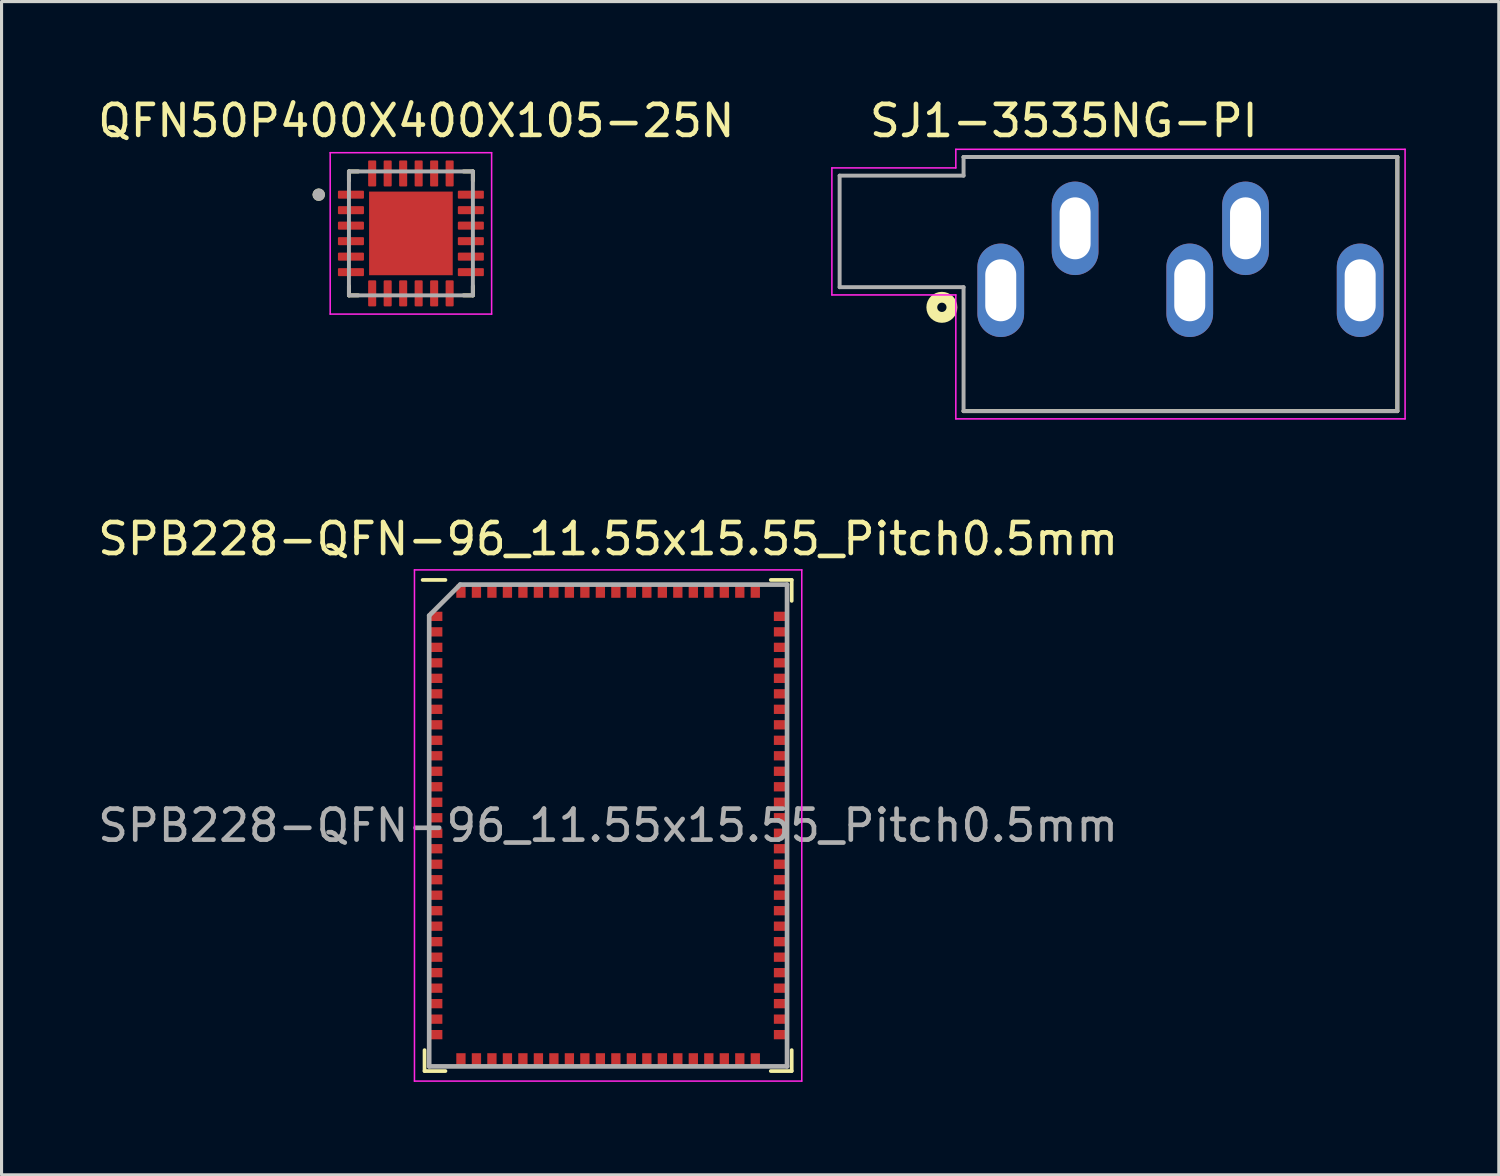
<source format=kicad_pcb>
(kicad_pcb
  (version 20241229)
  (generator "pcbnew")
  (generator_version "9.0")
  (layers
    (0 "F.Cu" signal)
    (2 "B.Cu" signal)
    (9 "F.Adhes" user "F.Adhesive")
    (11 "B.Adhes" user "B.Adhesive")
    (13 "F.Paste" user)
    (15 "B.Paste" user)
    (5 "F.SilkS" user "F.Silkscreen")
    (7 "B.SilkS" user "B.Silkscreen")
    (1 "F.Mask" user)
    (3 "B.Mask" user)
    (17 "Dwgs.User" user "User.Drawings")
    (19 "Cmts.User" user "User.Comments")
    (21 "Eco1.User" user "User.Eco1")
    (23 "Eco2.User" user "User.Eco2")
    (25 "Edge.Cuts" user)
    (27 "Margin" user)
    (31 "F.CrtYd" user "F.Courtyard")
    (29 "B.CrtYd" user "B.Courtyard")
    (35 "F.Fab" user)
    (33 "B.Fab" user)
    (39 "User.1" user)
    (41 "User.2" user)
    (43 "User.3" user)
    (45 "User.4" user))
  (footprint "SJ1-3535NG-PI"
    (layer "F.Cu")
    (at 29.249 6.319)
    (property "Reference" "SJ1-3535NG-PI" (at 2.035 -5.47 0) (layer "F.SilkS") (effects (font (size 1.002 1.002) (thickness 0.15))))
    (attr through_hole)
    (fp_line (start -1.2 -4.3) (end 12.8 -4.3) (stroke (width 0.127) (type solid)) (layer "F.SilkS"))
    (fp_line (start 12.8 -4.3) (end 12.8 3.9) (stroke (width 0.127) (type solid)) (layer "F.SilkS"))
    (fp_line (start 12.8 3.9) (end -1.2 3.9) (stroke (width 0.127) (type solid)) (layer "F.SilkS"))
    (fp_circle (center -1.9 0.55) (end -1.75 0.55) (stroke (width 0.35) (type solid)) (fill no) (layer "F.SilkS"))
    (fp_line (start -5.45 -3.95) (end -1.45 -3.95) (stroke (width 0.05) (type solid)) (layer "F.CrtYd"))
    (fp_line (start -5.45 0.15) (end -5.45 -3.95) (stroke (width 0.05) (type solid)) (layer "F.CrtYd"))
    (fp_line (start -1.45 -4.55) (end 13.05 -4.55) (stroke (width 0.05) (type solid)) (layer "F.CrtYd"))
    (fp_line (start -1.45 -3.95) (end -1.45 -4.55) (stroke (width 0.05) (type solid)) (layer "F.CrtYd"))
    (fp_line (start -1.45 0.15) (end -5.45 0.15) (stroke (width 0.05) (type solid)) (layer "F.CrtYd"))
    (fp_line (start -1.45 4.15) (end -1.45 0.15) (stroke (width 0.05) (type solid)) (layer "F.CrtYd"))
    (fp_line (start 13.05 -4.55) (end 13.05 4.15) (stroke (width 0.05) (type solid)) (layer "F.CrtYd"))
    (fp_line (start 13.05 4.15) (end -1.45 4.15) (stroke (width 0.05) (type solid)) (layer "F.CrtYd"))
    (fp_line (start -5.2 -3.7) (end -1.2 -3.7) (stroke (width 0.127) (type solid)) (layer "F.Fab"))
    (fp_line (start -5.2 -0.1) (end -5.2 -3.7) (stroke (width 0.127) (type solid)) (layer "F.Fab"))
    (fp_line (start -1.2 -4.3) (end 12.8 -4.3) (stroke (width 0.127) (type solid)) (layer "F.Fab"))
    (fp_line (start -1.2 -3.7) (end -1.2 -4.3) (stroke (width 0.127) (type solid)) (layer "F.Fab"))
    (fp_line (start -1.2 -0.1) (end -5.2 -0.1) (stroke (width 0.127) (type solid)) (layer "F.Fab"))
    (fp_line (start -1.2 3.9) (end -1.2 -0.1) (stroke (width 0.127) (type solid)) (layer "F.Fab"))
    (fp_line (start 12.8 -4.3) (end 12.8 3.9) (stroke (width 0.127) (type solid)) (layer "F.Fab"))
    (fp_line (start 12.8 3.9) (end -1.2 3.9) (stroke (width 0.127) (type solid)) (layer "F.Fab"))
    (pad "1" thru_hole oval (at 0 0) (size 1.508 3.016) (drill oval 1 2) (layers "*.Cu" "*.Mask"))
    (pad "2" thru_hole oval (at 2.4 -2) (size 1.508 3.016) (drill oval 1 2) (layers "*.Cu" "*.Mask"))
    (pad "3" thru_hole oval (at 7.9 -2) (size 1.508 3.016) (drill oval 1 2) (layers "*.Cu" "*.Mask"))
    (pad "4" thru_hole oval (at 11.6 0) (size 1.508 3.016) (drill oval 1 2) (layers "*.Cu" "*.Mask"))
    (pad "5" thru_hole oval (at 6.1 0) (size 1.508 3.016) (drill oval 1 2) (layers "*.Cu" "*.Mask")))
  (footprint "SPB228-QFN-96_11.55x15.55_Pitch0.5mm"
    (layer "F.Cu")
    (at 16.577 23.593)
    (property "Reference" "SPB228-QFN-96_11.55x15.55_Pitch0.5mm" (at 0 -9.25 0) (layer "F.SilkS") (effects (font (size 1 1) (thickness 0.15))))
    (attr smd)
    (fp_line (start -5.925 7.925) (end -5.925 7.25) (stroke (width 0.12) (type default)) (layer "F.SilkS"))
    (fp_line (start -5.25 -7.925) (end -5.987 -7.925) (stroke (width 0.12) (type default)) (layer "F.SilkS"))
    (fp_line (start -5.25 7.925) (end -5.925 7.925) (stroke (width 0.12) (type default)) (layer "F.SilkS"))
    (fp_line (start 5.25 -7.925) (end 5.925 -7.925) (stroke (width 0.12) (type default)) (layer "F.SilkS"))
    (fp_line (start 5.25 7.925) (end 5.925 7.925) (stroke (width 0.12) (type default)) (layer "F.SilkS"))
    (fp_line (start 5.925 -7.925) (end 5.925 -7.25) (stroke (width 0.12) (type default)) (layer "F.SilkS"))
    (fp_line (start 5.925 7.925) (end 5.925 7.25) (stroke (width 0.12) (type default)) (layer "F.SilkS"))
    (fp_line (start -6.25 -8.25) (end 6.25 -8.25) (stroke (width 0.05) (type default)) (layer "F.CrtYd"))
    (fp_line (start -6.25 8.25) (end -6.25 -8.25) (stroke (width 0.05) (type default)) (layer "F.CrtYd"))
    (fp_line (start 6.25 -8.25) (end 6.25 8.25) (stroke (width 0.05) (type default)) (layer "F.CrtYd"))
    (fp_line (start 6.25 8.25) (end -6.25 8.25) (stroke (width 0.05) (type default)) (layer "F.CrtYd"))
    (fp_line (start -5.775 -6.775) (end -5.775 7.775) (stroke (width 0.15) (type default)) (layer "F.Fab"))
    (fp_line (start -5.775 7.775) (end 5.775 7.775) (stroke (width 0.15) (type default)) (layer "F.Fab"))
    (fp_line (start -4.775 -7.775) (end -5.775 -6.775) (stroke (width 0.15) (type default)) (layer "F.Fab"))
    (fp_line (start 5.775 -7.775) (end -4.775 -7.775) (stroke (width 0.15) (type default)) (layer "F.Fab"))
    (fp_line (start 5.775 7.775) (end 5.775 -7.775) (stroke (width 0.15) (type default)) (layer "F.Fab"))
    (fp_text user "${REFERENCE}" (at 0 0 0) (layer "F.Fab") (effects (font (size 1 1) (thickness 0.15))))
    (pad "1" smd rect (at -5.562 -6.75 90) (size 0.3 0.425) (layers "F.Cu" "F.Mask" "F.Paste"))
    (pad "2" smd rect (at -5.562 -6.25 90) (size 0.3 0.425) (layers "F.Cu" "F.Mask" "F.Paste"))
    (pad "3" smd rect (at -5.562 -5.75 90) (size 0.3 0.425) (layers "F.Cu" "F.Mask" "F.Paste"))
    (pad "4" smd rect (at -5.562 -5.25 90) (size 0.3 0.425) (layers "F.Cu" "F.Mask" "F.Paste"))
    (pad "5" smd rect (at -5.562 -4.75 90) (size 0.3 0.425) (layers "F.Cu" "F.Mask" "F.Paste"))
    (pad "6" smd rect (at -5.562 -4.25 90) (size 0.3 0.425) (layers "F.Cu" "F.Mask" "F.Paste"))
    (pad "7" smd rect (at -5.562 -3.75 90) (size 0.3 0.425) (layers "F.Cu" "F.Mask" "F.Paste"))
    (pad "8" smd rect (at -5.562 -3.25 90) (size 0.3 0.425) (layers "F.Cu" "F.Mask" "F.Paste"))
    (pad "9" smd rect (at -5.562 -2.75 90) (size 0.3 0.425) (layers "F.Cu" "F.Mask" "F.Paste"))
    (pad "10" smd rect (at -5.562 -2.25 90) (size 0.3 0.425) (layers "F.Cu" "F.Mask" "F.Paste"))
    (pad "11" smd rect (at -5.562 -1.75 90) (size 0.3 0.425) (layers "F.Cu" "F.Mask" "F.Paste"))
    (pad "12" smd rect (at -5.562 -1.25 90) (size 0.3 0.425) (layers "F.Cu" "F.Mask" "F.Paste"))
    (pad "13" smd rect (at -5.562 -0.75 90) (size 0.3 0.425) (layers "F.Cu" "F.Mask" "F.Paste"))
    (pad "14" smd rect (at -5.562 -0.25 90) (size 0.3 0.425) (layers "F.Cu" "F.Mask" "F.Paste"))
    (pad "15" smd rect (at -5.562 0.25 90) (size 0.3 0.425) (layers "F.Cu" "F.Mask" "F.Paste"))
    (pad "16" smd rect (at -5.562 0.75 90) (size 0.3 0.425) (layers "F.Cu" "F.Mask" "F.Paste"))
    (pad "17" smd rect (at -5.562 1.25 90) (size 0.3 0.425) (layers "F.Cu" "F.Mask" "F.Paste"))
    (pad "18" smd rect (at -5.562 1.75 90) (size 0.3 0.425) (layers "F.Cu" "F.Mask" "F.Paste"))
    (pad "19" smd rect (at -5.562 2.25 90) (size 0.3 0.425) (layers "F.Cu" "F.Mask" "F.Paste"))
    (pad "20" smd rect (at -5.562 2.75 90) (size 0.3 0.425) (layers "F.Cu" "F.Mask" "F.Paste"))
    (pad "21" smd rect (at -5.562 3.25 90) (size 0.3 0.425) (layers "F.Cu" "F.Mask" "F.Paste"))
    (pad "22" smd rect (at -5.562 3.75 90) (size 0.3 0.425) (layers "F.Cu" "F.Mask" "F.Paste"))
    (pad "23" smd rect (at -5.562 4.25 90) (size 0.3 0.425) (layers "F.Cu" "F.Mask" "F.Paste"))
    (pad "24" smd rect (at -5.562 4.75 90) (size 0.3 0.425) (layers "F.Cu" "F.Mask" "F.Paste"))
    (pad "25" smd rect (at -5.562 5.25 90) (size 0.3 0.425) (layers "F.Cu" "F.Mask" "F.Paste"))
    (pad "26" smd rect (at -5.562 5.75 90) (size 0.3 0.425) (layers "F.Cu" "F.Mask" "F.Paste"))
    (pad "27" smd rect (at -5.562 6.25 90) (size 0.3 0.425) (layers "F.Cu" "F.Mask" "F.Paste"))
    (pad "28" smd rect (at -5.562 6.75 90) (size 0.3 0.425) (layers "F.Cu" "F.Mask" "F.Paste"))
    (pad "29" smd rect (at -4.75 7.562) (size 0.3 0.425) (layers "F.Cu" "F.Mask" "F.Paste"))
    (pad "30" smd rect (at -4.25 7.562) (size 0.3 0.425) (layers "F.Cu" "F.Mask" "F.Paste"))
    (pad "31" smd rect (at -3.75 7.562) (size 0.3 0.425) (layers "F.Cu" "F.Mask" "F.Paste"))
    (pad "32" smd rect (at -3.25 7.562) (size 0.3 0.425) (layers "F.Cu" "F.Mask" "F.Paste"))
    (pad "33" smd rect (at -2.75 7.562) (size 0.3 0.425) (layers "F.Cu" "F.Mask" "F.Paste"))
    (pad "34" smd rect (at -2.25 7.562) (size 0.3 0.425) (layers "F.Cu" "F.Mask" "F.Paste"))
    (pad "35" smd rect (at -1.75 7.562) (size 0.3 0.425) (layers "F.Cu" "F.Mask" "F.Paste"))
    (pad "36" smd rect (at -1.25 7.562) (size 0.3 0.425) (layers "F.Cu" "F.Mask" "F.Paste"))
    (pad "37" smd rect (at -0.75 7.562) (size 0.3 0.425) (layers "F.Cu" "F.Mask" "F.Paste"))
    (pad "38" smd rect (at -0.25 7.562) (size 0.3 0.425) (layers "F.Cu" "F.Mask" "F.Paste"))
    (pad "39" smd rect (at 0.25 7.562) (size 0.3 0.425) (layers "F.Cu" "F.Mask" "F.Paste"))
    (pad "40" smd rect (at 0.75 7.562) (size 0.3 0.425) (layers "F.Cu" "F.Mask" "F.Paste"))
    (pad "41" smd rect (at 1.25 7.562) (size 0.3 0.425) (layers "F.Cu" "F.Mask" "F.Paste"))
    (pad "42" smd rect (at 1.75 7.562) (size 0.3 0.425) (layers "F.Cu" "F.Mask" "F.Paste"))
    (pad "43" smd rect (at 2.25 7.562) (size 0.3 0.425) (layers "F.Cu" "F.Mask" "F.Paste"))
    (pad "44" smd rect (at 2.75 7.562) (size 0.3 0.425) (layers "F.Cu" "F.Mask" "F.Paste"))
    (pad "45" smd rect (at 3.25 7.562) (size 0.3 0.425) (layers "F.Cu" "F.Mask" "F.Paste"))
    (pad "46" smd rect (at 3.75 7.562) (size 0.3 0.425) (layers "F.Cu" "F.Mask" "F.Paste"))
    (pad "47" smd rect (at 4.25 7.562) (size 0.3 0.425) (layers "F.Cu" "F.Mask" "F.Paste"))
    (pad "48" smd rect (at 4.75 7.562) (size 0.3 0.425) (layers "F.Cu" "F.Mask" "F.Paste"))
    (pad "49" smd rect (at 5.562 6.75 90) (size 0.3 0.425) (layers "F.Cu" "F.Mask" "F.Paste"))
    (pad "50" smd rect (at 5.562 6.25 90) (size 0.3 0.425) (layers "F.Cu" "F.Mask" "F.Paste"))
    (pad "51" smd rect (at 5.562 5.75 90) (size 0.3 0.425) (layers "F.Cu" "F.Mask" "F.Paste"))
    (pad "52" smd rect (at 5.562 5.25 90) (size 0.3 0.425) (layers "F.Cu" "F.Mask" "F.Paste"))
    (pad "53" smd rect (at 5.562 4.75 90) (size 0.3 0.425) (layers "F.Cu" "F.Mask" "F.Paste"))
    (pad "54" smd rect (at 5.562 4.25 90) (size 0.3 0.425) (layers "F.Cu" "F.Mask" "F.Paste"))
    (pad "55" smd rect (at 5.562 3.75 90) (size 0.3 0.425) (layers "F.Cu" "F.Mask" "F.Paste"))
    (pad "56" smd rect (at 5.562 3.25 90) (size 0.3 0.425) (layers "F.Cu" "F.Mask" "F.Paste"))
    (pad "57" smd rect (at 5.562 2.75 90) (size 0.3 0.425) (layers "F.Cu" "F.Mask" "F.Paste"))
    (pad "58" smd rect (at 5.562 2.25 90) (size 0.3 0.425) (layers "F.Cu" "F.Mask" "F.Paste"))
    (pad "59" smd rect (at 5.562 1.75 90) (size 0.3 0.425) (layers "F.Cu" "F.Mask" "F.Paste"))
    (pad "60" smd rect (at 5.562 1.25 90) (size 0.3 0.425) (layers "F.Cu" "F.Mask" "F.Paste"))
    (pad "61" smd rect (at 5.562 0.75 90) (size 0.3 0.425) (layers "F.Cu" "F.Mask" "F.Paste"))
    (pad "62" smd rect (at 5.562 0.25 90) (size 0.3 0.425) (layers "F.Cu" "F.Mask" "F.Paste"))
    (pad "63" smd rect (at 5.562 -0.25 90) (size 0.3 0.425) (layers "F.Cu" "F.Mask" "F.Paste"))
    (pad "64" smd rect (at 5.562 -0.75 90) (size 0.3 0.425) (layers "F.Cu" "F.Mask" "F.Paste"))
    (pad "65" smd rect (at 5.562 -1.25 90) (size 0.3 0.425) (layers "F.Cu" "F.Mask" "F.Paste"))
    (pad "66" smd rect (at 5.562 -1.75 90) (size 0.3 0.425) (layers "F.Cu" "F.Mask" "F.Paste"))
    (pad "67" smd rect (at 5.562 -2.25 90) (size 0.3 0.425) (layers "F.Cu" "F.Mask" "F.Paste"))
    (pad "68" smd rect (at 5.562 -2.75 90) (size 0.3 0.425) (layers "F.Cu" "F.Mask" "F.Paste"))
    (pad "69" smd rect (at 5.562 -3.25 90) (size 0.3 0.425) (layers "F.Cu" "F.Mask" "F.Paste"))
    (pad "70" smd rect (at 5.562 -3.75 90) (size 0.3 0.425) (layers "F.Cu" "F.Mask" "F.Paste"))
    (pad "71" smd rect (at 5.562 -4.25 90) (size 0.3 0.425) (layers "F.Cu" "F.Mask" "F.Paste"))
    (pad "72" smd rect (at 5.562 -4.75 90) (size 0.3 0.425) (layers "F.Cu" "F.Mask" "F.Paste"))
    (pad "73" smd rect (at 5.562 -5.25 90) (size 0.3 0.425) (layers "F.Cu" "F.Mask" "F.Paste"))
    (pad "74" smd rect (at 5.562 -5.75 90) (size 0.3 0.425) (layers "F.Cu" "F.Mask" "F.Paste"))
    (pad "75" smd rect (at 5.562 -6.25 90) (size 0.3 0.425) (layers "F.Cu" "F.Mask" "F.Paste"))
    (pad "76" smd rect (at 5.562 -6.75 90) (size 0.3 0.425) (layers "F.Cu" "F.Mask" "F.Paste"))
    (pad "77" smd rect (at 4.75 -7.562) (size 0.3 0.425) (layers "F.Cu" "F.Mask" "F.Paste"))
    (pad "78" smd rect (at 4.25 -7.562) (size 0.3 0.425) (layers "F.Cu" "F.Mask" "F.Paste"))
    (pad "79" smd rect (at 3.75 -7.562) (size 0.3 0.425) (layers "F.Cu" "F.Mask" "F.Paste"))
    (pad "80" smd rect (at 3.25 -7.562) (size 0.3 0.425) (layers "F.Cu" "F.Mask" "F.Paste"))
    (pad "81" smd rect (at 2.75 -7.562) (size 0.3 0.425) (layers "F.Cu" "F.Mask" "F.Paste"))
    (pad "82" smd rect (at 2.25 -7.562) (size 0.3 0.425) (layers "F.Cu" "F.Mask" "F.Paste"))
    (pad "83" smd rect (at 1.75 -7.562) (size 0.3 0.425) (layers "F.Cu" "F.Mask" "F.Paste"))
    (pad "84" smd rect (at 1.25 -7.562) (size 0.3 0.425) (layers "F.Cu" "F.Mask" "F.Paste"))
    (pad "85" smd rect (at 0.75 -7.562) (size 0.3 0.425) (layers "F.Cu" "F.Mask" "F.Paste"))
    (pad "86" smd rect (at 0.25 -7.562) (size 0.3 0.425) (layers "F.Cu" "F.Mask" "F.Paste"))
    (pad "87" smd rect (at -0.25 -7.562) (size 0.3 0.425) (layers "F.Cu" "F.Mask" "F.Paste"))
    (pad "88" smd rect (at -0.75 -7.562) (size 0.3 0.425) (layers "F.Cu" "F.Mask" "F.Paste"))
    (pad "89" smd rect (at -1.25 -7.562) (size 0.3 0.425) (layers "F.Cu" "F.Mask" "F.Paste"))
    (pad "90" smd rect (at -1.75 -7.562) (size 0.3 0.425) (layers "F.Cu" "F.Mask" "F.Paste"))
    (pad "91" smd rect (at -2.25 -7.562) (size 0.3 0.425) (layers "F.Cu" "F.Mask" "F.Paste"))
    (pad "92" smd rect (at -2.75 -7.562) (size 0.3 0.425) (layers "F.Cu" "F.Mask" "F.Paste"))
    (pad "93" smd rect (at -3.25 -7.562) (size 0.3 0.425) (layers "F.Cu" "F.Mask" "F.Paste"))
    (pad "94" smd rect (at -3.75 -7.562) (size 0.3 0.425) (layers "F.Cu" "F.Mask" "F.Paste"))
    (pad "95" smd rect (at -4.25 -7.562) (size 0.3 0.425) (layers "F.Cu" "F.Mask" "F.Paste"))
    (pad "96" smd rect (at -4.75 -7.562) (size 0.3 0.425) (layers "F.Cu" "F.Mask" "F.Paste")))
  (footprint "QFN50P400X400X105-25N"
    (layer "F.Cu")
    (at 10.212 4.483)
    (property "Reference" "QFN50P400X400X105-25N" (at 0.175 -3.635 0) (layer "F.SilkS") (effects (font (size 1 1) (thickness 0.15))))
    (attr smd)
    (fp_line (start -2 -2) (end -2 -1.7) (stroke (width 0.127) (type solid)) (layer "F.SilkS"))
    (fp_line (start -2 -2) (end -1.7 -2) (stroke (width 0.127) (type solid)) (layer "F.SilkS"))
    (fp_line (start -2 2) (end -2 1.7) (stroke (width 0.127) (type solid)) (layer "F.SilkS"))
    (fp_line (start -2 2) (end -1.7 2) (stroke (width 0.127) (type solid)) (layer "F.SilkS"))
    (fp_line (start 2 -2) (end 1.7 -2) (stroke (width 0.127) (type solid)) (layer "F.SilkS"))
    (fp_line (start 2 -2) (end 2 -1.7) (stroke (width 0.127) (type solid)) (layer "F.SilkS"))
    (fp_line (start 2 2) (end 1.7 2) (stroke (width 0.127) (type solid)) (layer "F.SilkS"))
    (fp_line (start 2 2) (end 2 1.7) (stroke (width 0.127) (type solid)) (layer "F.SilkS"))
    (fp_circle (center -2.975 -1.25) (end -2.875 -1.25) (stroke (width 0.2) (type solid)) (fill no) (layer "F.SilkS"))
    (fp_poly (pts (xy -0.85 -0.85) (xy 0.85 -0.85) (xy 0.85 0.85) (xy -0.85 0.85)) (stroke (width 0.01) (type solid)) (fill yes) (layer "F.Paste"))
    (fp_line (start -2.605 -2.605) (end 2.605 -2.605) (stroke (width 0.05) (type solid)) (layer "F.CrtYd"))
    (fp_line (start -2.605 2.605) (end -2.605 -2.605) (stroke (width 0.05) (type solid)) (layer "F.CrtYd"))
    (fp_line (start -2.605 2.605) (end 2.605 2.605) (stroke (width 0.05) (type solid)) (layer "F.CrtYd"))
    (fp_line (start 2.605 2.605) (end 2.605 -2.605) (stroke (width 0.05) (type solid)) (layer "F.CrtYd"))
    (fp_line (start -2 2) (end -2 -2) (stroke (width 0.127) (type solid)) (layer "F.Fab"))
    (fp_line (start 2 -2) (end -2 -2) (stroke (width 0.127) (type solid)) (layer "F.Fab"))
    (fp_line (start 2 2) (end -2 2) (stroke (width 0.127) (type solid)) (layer "F.Fab"))
    (fp_line (start 2 2) (end 2 -2) (stroke (width 0.127) (type solid)) (layer "F.Fab"))
    (fp_circle (center -2.975 -1.25) (end -2.875 -1.25) (stroke (width 0.2) (type solid)) (fill no) (layer "F.Fab"))
    (pad "1" smd roundrect (at -1.935 -1.25) (size 0.84 0.26) (layers "F.Cu" "F.Mask" "F.Paste") (roundrect_rratio 0.125))
    (pad "2" smd roundrect (at -1.935 -0.75) (size 0.84 0.26) (layers "F.Cu" "F.Mask" "F.Paste") (roundrect_rratio 0.125))
    (pad "3" smd roundrect (at -1.935 -0.25) (size 0.84 0.26) (layers "F.Cu" "F.Mask" "F.Paste") (roundrect_rratio 0.125))
    (pad "4" smd roundrect (at -1.935 0.25) (size 0.84 0.26) (layers "F.Cu" "F.Mask" "F.Paste") (roundrect_rratio 0.125))
    (pad "5" smd roundrect (at -1.935 0.75) (size 0.84 0.26) (layers "F.Cu" "F.Mask" "F.Paste") (roundrect_rratio 0.125))
    (pad "6" smd roundrect (at -1.935 1.25) (size 0.84 0.26) (layers "F.Cu" "F.Mask" "F.Paste") (roundrect_rratio 0.125))
    (pad "7" smd roundrect (at -1.25 1.935) (size 0.26 0.84) (layers "F.Cu" "F.Mask" "F.Paste") (roundrect_rratio 0.125))
    (pad "8" smd roundrect (at -0.75 1.935) (size 0.26 0.84) (layers "F.Cu" "F.Mask" "F.Paste") (roundrect_rratio 0.125))
    (pad "9" smd roundrect (at -0.25 1.935) (size 0.26 0.84) (layers "F.Cu" "F.Mask" "F.Paste") (roundrect_rratio 0.125))
    (pad "10" smd roundrect (at 0.25 1.935) (size 0.26 0.84) (layers "F.Cu" "F.Mask" "F.Paste") (roundrect_rratio 0.125))
    (pad "11" smd roundrect (at 0.75 1.935) (size 0.26 0.84) (layers "F.Cu" "F.Mask" "F.Paste") (roundrect_rratio 0.125))
    (pad "12" smd roundrect (at 1.25 1.935) (size 0.26 0.84) (layers "F.Cu" "F.Mask" "F.Paste") (roundrect_rratio 0.125))
    (pad "13" smd roundrect (at 1.935 1.25) (size 0.84 0.26) (layers "F.Cu" "F.Mask" "F.Paste") (roundrect_rratio 0.125))
    (pad "14" smd roundrect (at 1.935 0.75) (size 0.84 0.26) (layers "F.Cu" "F.Mask" "F.Paste") (roundrect_rratio 0.125))
    (pad "15" smd roundrect (at 1.935 0.25) (size 0.84 0.26) (layers "F.Cu" "F.Mask" "F.Paste") (roundrect_rratio 0.125))
    (pad "16" smd roundrect (at 1.935 -0.25) (size 0.84 0.26) (layers "F.Cu" "F.Mask" "F.Paste") (roundrect_rratio 0.125))
    (pad "17" smd roundrect (at 1.935 -0.75) (size 0.84 0.26) (layers "F.Cu" "F.Mask" "F.Paste") (roundrect_rratio 0.125))
    (pad "18" smd roundrect (at 1.935 -1.25) (size 0.84 0.26) (layers "F.Cu" "F.Mask" "F.Paste") (roundrect_rratio 0.125))
    (pad "19" smd roundrect (at 1.25 -1.935) (size 0.26 0.84) (layers "F.Cu" "F.Mask" "F.Paste") (roundrect_rratio 0.125))
    (pad "20" smd roundrect (at 0.75 -1.935) (size 0.26 0.84) (layers "F.Cu" "F.Mask" "F.Paste") (roundrect_rratio 0.125))
    (pad "21" smd roundrect (at 0.25 -1.935) (size 0.26 0.84) (layers "F.Cu" "F.Mask" "F.Paste") (roundrect_rratio 0.125))
    (pad "22" smd roundrect (at -0.25 -1.935) (size 0.26 0.84) (layers "F.Cu" "F.Mask" "F.Paste") (roundrect_rratio 0.125))
    (pad "23" smd roundrect (at -0.75 -1.935) (size 0.26 0.84) (layers "F.Cu" "F.Mask" "F.Paste") (roundrect_rratio 0.125))
    (pad "24" smd roundrect (at -1.25 -1.935) (size 0.26 0.84) (layers "F.Cu" "F.Mask" "F.Paste") (roundrect_rratio 0.125))
    (pad "25" smd rect (at 0 0) (size 2.7 2.7) (layers "F.Cu" "F.Mask")))
  (gr_rect
    (start -3 -3)
    (end 45.324 34.868)
    (stroke (width 0.1) (type default))
    (fill no)
    (layer "Edge.Cuts")))
</source>
